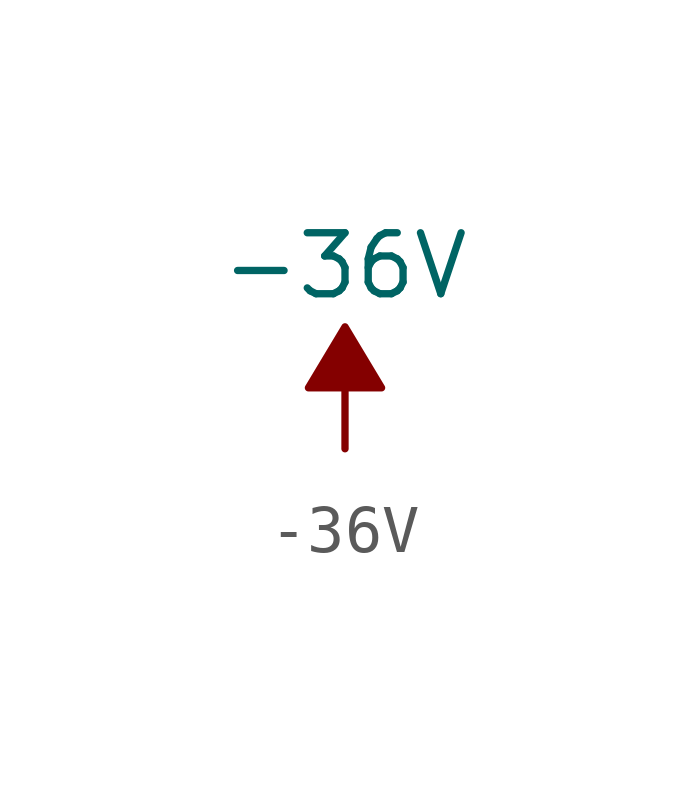
<source format=kicad_sym>
(kicad_symbol_lib
  (version 20220914)
  (generator kicad_symbol_editor)
  (symbol "-36V"
    (power)
    (pin_names
      (offset 0))
    (property "Reference" "#PWR"
      (at 0 2.54 0)
      (effects (font (size 1.27 1.27)) hide))
    (property "Value" "-36V"
      (at 0 3.81 0)
      (effects (font (size 1.27 1.27))))
    (symbol "-36V_0_0"
      (pin power_in line (at 0 0 90) (length 0) hide (name "-36V" (effects (font (size 1.27 1.27)))) (number "1" (effects (font (size 1.27 1.27))))))
    (symbol "-36V_0_1"
      (polyline (pts (xy 0 0) (xy 0 1.27) (xy 0.762 1.27) (xy 0 2.54) (xy -0.762 1.27) (xy 0 1.27)) (stroke (width 0) (type default)) (fill (type outline))))))
</source>
